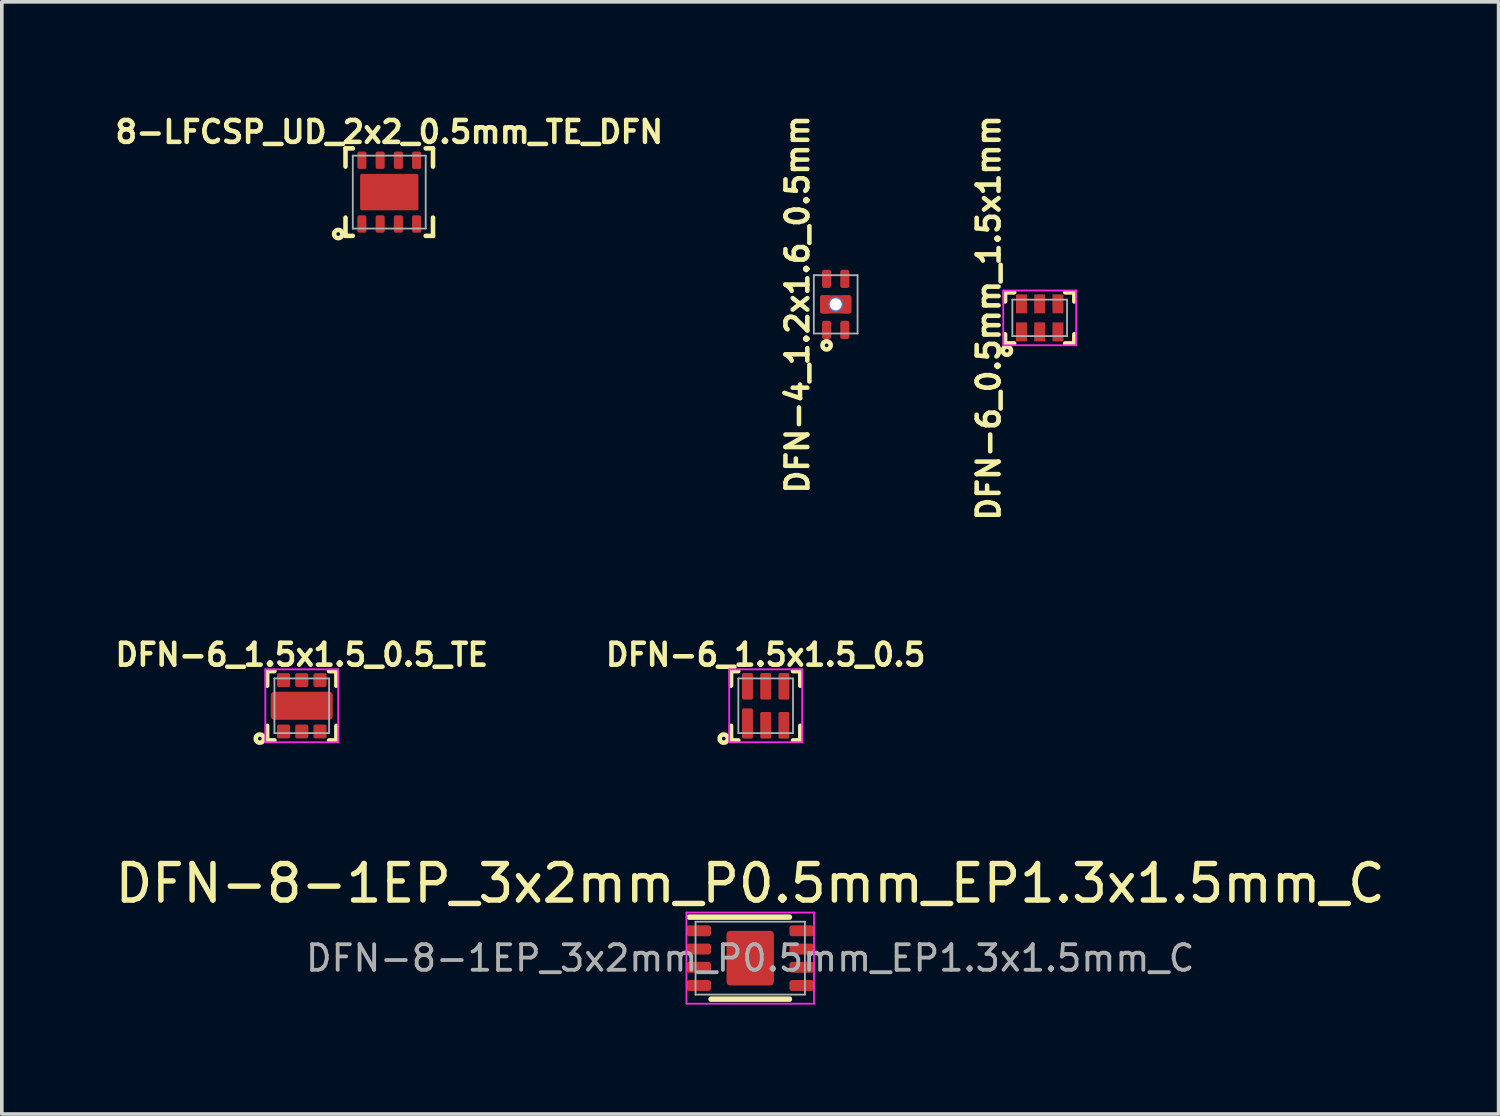
<source format=kicad_pcb>
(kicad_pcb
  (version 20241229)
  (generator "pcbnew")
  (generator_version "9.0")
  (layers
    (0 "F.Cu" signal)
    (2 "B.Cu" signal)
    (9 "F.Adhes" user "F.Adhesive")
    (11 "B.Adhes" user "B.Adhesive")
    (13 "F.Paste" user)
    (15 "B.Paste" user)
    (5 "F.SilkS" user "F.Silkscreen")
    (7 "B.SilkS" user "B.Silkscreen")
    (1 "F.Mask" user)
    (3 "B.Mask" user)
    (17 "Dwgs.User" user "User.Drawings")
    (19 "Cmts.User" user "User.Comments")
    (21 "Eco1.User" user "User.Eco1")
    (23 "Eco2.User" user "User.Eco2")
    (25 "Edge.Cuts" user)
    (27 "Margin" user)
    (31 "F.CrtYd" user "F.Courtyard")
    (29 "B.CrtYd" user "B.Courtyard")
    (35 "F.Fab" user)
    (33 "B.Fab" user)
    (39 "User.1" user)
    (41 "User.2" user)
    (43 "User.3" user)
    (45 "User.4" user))
  (footprint "DFN-4_1.2x1.6_0.5mm"
    (layer "F.Cu")
    (at 19.875 5.299)
    (property "Reference" "DFN-4_1.2x1.6_0.5mm" (at -1.05 0 90) (layer "F.SilkS") (effects (font (size 0.6 0.6) (thickness 0.125))))
    (attr through_hole)
    (fp_circle (center -0.25 1.125) (end -0.2 1.125) (stroke (width 0.125) (type solid)) (fill no) (layer "F.SilkS"))
    (fp_line (start -0.6 -0.8) (end 0.6 -0.8) (stroke (width 0.05) (type solid)) (layer "F.Fab"))
    (fp_line (start -0.6 0.8) (end -0.6 -0.8) (stroke (width 0.05) (type solid)) (layer "F.Fab"))
    (fp_line (start 0.6 -0.8) (end 0.6 0.8) (stroke (width 0.05) (type solid)) (layer "F.Fab"))
    (fp_line (start 0.6 0.8) (end -0.6 0.8) (stroke (width 0.05) (type solid)) (layer "F.Fab"))
    (pad "1" smd roundrect (at -0.25 0.7) (size 0.25 0.5) (layers "F.Cu" "F.Mask" "F.Paste") (roundrect_rratio 0.25))
    (pad "2" smd roundrect (at 0.25 0.7) (size 0.25 0.5) (layers "F.Cu" "F.Mask" "F.Paste") (roundrect_rratio 0.25))
    (pad "3" smd roundrect (at 0.25 -0.7) (size 0.25 0.5) (layers "F.Cu" "F.Mask" "F.Paste") (roundrect_rratio 0.25))
    (pad "4" smd roundrect (at -0.25 -0.7) (size 0.25 0.5) (layers "F.Cu" "F.Mask" "F.Paste") (roundrect_rratio 0.25))
    (pad "5" smd roundrect (at -0.275 0) (size 0.3 0.5) (layers "F.Cu" "F.Mask" "F.Paste") (roundrect_rratio 0.25))
    (pad "5" thru_hole circle (at 0 0) (size 0.4 0.4) (drill 0.33) (layers "*.Cu" "F.Mask"))
    (pad "5" connect roundrect (at 0 0) (size 0.86 0.5) (layers "F.Cu" "F.Mask") (roundrect_rratio 0.1))
    (pad "5" smd roundrect (at 0.275 0) (size 0.3 0.5) (layers "F.Cu" "F.Mask" "F.Paste") (roundrect_rratio 0.25)))
  (footprint "8-LFCSP_UD_2x2_0.5mm_TE_DFN"
    (layer "F.Cu")
    (at 7.628 2.22)
    (property "Reference" "8-LFCSP_UD_2x2_0.5mm_TE_DFN" (at 0 -1.65 0) (layer "F.SilkS") (effects (font (size 0.6 0.6) (thickness 0.125))))
    (attr smd)
    (fp_line (start -1.2 -1.2) (end -1.2 -0.7) (stroke (width 0.125) (type solid)) (layer "F.SilkS"))
    (fp_line (start -1.2 -1.2) (end -1 -1.2) (stroke (width 0.125) (type solid)) (layer "F.SilkS"))
    (fp_line (start -1.2 1.2) (end -1.2 0.7) (stroke (width 0.125) (type solid)) (layer "F.SilkS"))
    (fp_line (start -1.2 1.2) (end -1 1.2) (stroke (width 0.125) (type solid)) (layer "F.SilkS"))
    (fp_line (start 1.2 -1.2) (end 1 -1.2) (stroke (width 0.125) (type solid)) (layer "F.SilkS"))
    (fp_line (start 1.2 -1.2) (end 1.2 -0.7) (stroke (width 0.125) (type solid)) (layer "F.SilkS"))
    (fp_line (start 1.2 1.2) (end 1 1.2) (stroke (width 0.125) (type solid)) (layer "F.SilkS"))
    (fp_line (start 1.2 1.2) (end 1.2 0.7) (stroke (width 0.125) (type solid)) (layer "F.SilkS"))
    (fp_circle (center -1.4 1.15) (end -1.4 1.2) (stroke (width 0.125) (type solid)) (fill no) (layer "F.SilkS"))
    (fp_line (start -1 -1) (end 1 -1) (stroke (width 0.05) (type solid)) (layer "F.Fab"))
    (fp_line (start -1 1) (end -1 -1) (stroke (width 0.05) (type solid)) (layer "F.Fab"))
    (fp_line (start 1 -1) (end 1 1) (stroke (width 0.05) (type solid)) (layer "F.Fab"))
    (fp_line (start 1 1) (end -1 1) (stroke (width 0.05) (type solid)) (layer "F.Fab"))
    (pad "1" smd roundrect (at -0.75 0.875) (size 0.25 0.475) (layers "F.Cu" "F.Mask" "F.Paste") (roundrect_rratio 0.2))
    (pad "2" smd roundrect (at -0.25 0.875) (size 0.25 0.475) (layers "F.Cu" "F.Mask" "F.Paste") (roundrect_rratio 0.2))
    (pad "3" smd roundrect (at 0.25 0.875) (size 0.25 0.475) (layers "F.Cu" "F.Mask" "F.Paste") (roundrect_rratio 0.2))
    (pad "4" smd roundrect (at 0.75 0.875) (size 0.25 0.475) (layers "F.Cu" "F.Mask" "F.Paste") (roundrect_rratio 0.2))
    (pad "5" smd roundrect (at 0.75 -0.875) (size 0.25 0.475) (layers "F.Cu" "F.Mask" "F.Paste") (roundrect_rratio 0.2))
    (pad "6" smd roundrect (at 0.25 -0.875) (size 0.25 0.475) (layers "F.Cu" "F.Mask" "F.Paste") (roundrect_rratio 0.2))
    (pad "7" smd roundrect (at -0.25 -0.875) (size 0.25 0.475) (layers "F.Cu" "F.Mask" "F.Paste") (roundrect_rratio 0.2))
    (pad "8" smd roundrect (at -0.75 -0.875) (size 0.25 0.475) (layers "F.Cu" "F.Mask" "F.Paste") (roundrect_rratio 0.2))
    (pad "9" smd roundrect (at 0 0) (size 1.6 1) (layers "F.Cu" "F.Mask" "F.Paste") (roundrect_rratio 0.05)))
  (footprint "DFN-6_1.5x1.5_0.5"
    (layer "F.Cu")
    (at 17.954 16.311)
    (property "Reference" "DFN-6_1.5x1.5_0.5" (at 0 -1.4 0) (layer "F.SilkS") (effects (font (size 0.6 0.6) (thickness 0.125))))
    (attr smd)
    (fp_line (start -0.95 -0.95) (end -0.95 -0.55) (stroke (width 0.125) (type solid)) (layer "F.SilkS"))
    (fp_line (start -0.95 -0.95) (end -0.75 -0.95) (stroke (width 0.125) (type solid)) (layer "F.SilkS"))
    (fp_line (start -0.95 0.95) (end -0.95 0.55) (stroke (width 0.125) (type solid)) (layer "F.SilkS"))
    (fp_line (start -0.95 0.95) (end -0.75 0.95) (stroke (width 0.125) (type solid)) (layer "F.SilkS"))
    (fp_line (start 0.95 -0.95) (end 0.75 -0.95) (stroke (width 0.125) (type solid)) (layer "F.SilkS"))
    (fp_line (start 0.95 -0.95) (end 0.95 -0.55) (stroke (width 0.125) (type solid)) (layer "F.SilkS"))
    (fp_line (start 0.95 0.95) (end 0.75 0.95) (stroke (width 0.125) (type solid)) (layer "F.SilkS"))
    (fp_line (start 0.95 0.95) (end 0.95 0.55) (stroke (width 0.125) (type solid)) (layer "F.SilkS"))
    (fp_circle (center -1.15 0.9) (end -1.15 0.95) (stroke (width 0.125) (type solid)) (fill no) (layer "F.SilkS"))
    (fp_line (start -1 -1) (end 1 -1) (stroke (width 0.05) (type solid)) (layer "F.CrtYd"))
    (fp_line (start -1 1) (end -1 -1) (stroke (width 0.05) (type solid)) (layer "F.CrtYd"))
    (fp_line (start 1 -1) (end 1 1) (stroke (width 0.05) (type solid)) (layer "F.CrtYd"))
    (fp_line (start 1 1) (end -1 1) (stroke (width 0.05) (type solid)) (layer "F.CrtYd"))
    (fp_line (start -0.75 -0.75) (end 0.75 -0.75) (stroke (width 0.05) (type solid)) (layer "F.Fab"))
    (fp_line (start -0.75 0.75) (end -0.75 -0.75) (stroke (width 0.05) (type solid)) (layer "F.Fab"))
    (fp_line (start 0.75 -0.75) (end 0.75 0.75) (stroke (width 0.05) (type solid)) (layer "F.Fab"))
    (fp_line (start 0.75 0.75) (end -0.75 0.75) (stroke (width 0.05) (type solid)) (layer "F.Fab"))
    (pad "1" smd roundrect (at -0.5 0.485) (size 0.3 0.83) (layers "F.Cu" "F.Mask" "F.Paste") (roundrect_rratio 0.15))
    (pad "2" smd roundrect (at 0 0.535) (size 0.3 0.73) (layers "F.Cu" "F.Mask" "F.Paste") (roundrect_rratio 0.15))
    (pad "3" smd roundrect (at 0.5 0.535) (size 0.3 0.73) (layers "F.Cu" "F.Mask" "F.Paste") (roundrect_rratio 0.15))
    (pad "4" smd roundrect (at 0.5 -0.535) (size 0.3 0.73) (layers "F.Cu" "F.Mask" "F.Paste") (roundrect_rratio 0.15))
    (pad "5" smd roundrect (at 0 -0.535) (size 0.3 0.73) (layers "F.Cu" "F.Mask" "F.Paste") (roundrect_rratio 0.15))
    (pad "6" smd roundrect (at -0.5 -0.535) (size 0.3 0.73) (layers "F.Cu" "F.Mask" "F.Paste") (roundrect_rratio 0.15)))
  (footprint "DFN-6_1.5x1.5_0.5_TE"
    (layer "F.Cu")
    (at 5.228 16.311)
    (property "Reference" "DFN-6_1.5x1.5_0.5_TE" (at 0 -1.4 0) (layer "F.SilkS") (effects (font (size 0.6 0.6) (thickness 0.125))))
    (attr smd)
    (fp_line (start -0.95 -0.95) (end -0.95 -0.55) (stroke (width 0.125) (type solid)) (layer "F.SilkS"))
    (fp_line (start -0.95 -0.95) (end -0.75 -0.95) (stroke (width 0.125) (type solid)) (layer "F.SilkS"))
    (fp_line (start -0.95 0.95) (end -0.95 0.55) (stroke (width 0.125) (type solid)) (layer "F.SilkS"))
    (fp_line (start -0.95 0.95) (end -0.75 0.95) (stroke (width 0.125) (type solid)) (layer "F.SilkS"))
    (fp_line (start 0.95 -0.95) (end 0.75 -0.95) (stroke (width 0.125) (type solid)) (layer "F.SilkS"))
    (fp_line (start 0.95 -0.95) (end 0.95 -0.55) (stroke (width 0.125) (type solid)) (layer "F.SilkS"))
    (fp_line (start 0.95 0.95) (end 0.75 0.95) (stroke (width 0.125) (type solid)) (layer "F.SilkS"))
    (fp_line (start 0.95 0.95) (end 0.95 0.55) (stroke (width 0.125) (type solid)) (layer "F.SilkS"))
    (fp_circle (center -1.15 0.9) (end -1.15 0.95) (stroke (width 0.125) (type solid)) (fill no) (layer "F.SilkS"))
    (fp_line (start -1 -1) (end 1 -1) (stroke (width 0.05) (type solid)) (layer "F.CrtYd"))
    (fp_line (start -1 1) (end -1 -1) (stroke (width 0.05) (type solid)) (layer "F.CrtYd"))
    (fp_line (start 1 -1) (end 1 1) (stroke (width 0.05) (type solid)) (layer "F.CrtYd"))
    (fp_line (start 1 1) (end -1 1) (stroke (width 0.05) (type solid)) (layer "F.CrtYd"))
    (fp_line (start -0.75 -0.75) (end 0.75 -0.75) (stroke (width 0.05) (type solid)) (layer "F.Fab"))
    (fp_line (start -0.75 0.75) (end -0.75 -0.75) (stroke (width 0.05) (type solid)) (layer "F.Fab"))
    (fp_line (start 0.75 -0.75) (end 0.75 0.75) (stroke (width 0.05) (type solid)) (layer "F.Fab"))
    (fp_line (start 0.75 0.75) (end -0.75 0.75) (stroke (width 0.05) (type solid)) (layer "F.Fab"))
    (pad "1" smd roundrect (at -0.5 0.705) (size 0.36 0.38) (layers "F.Cu" "F.Mask" "F.Paste") (roundrect_rratio 0.139))
    (pad "2" smd roundrect (at 0 0.705) (size 0.36 0.38) (layers "F.Cu" "F.Mask" "F.Paste") (roundrect_rratio 0.139))
    (pad "3" smd roundrect (at 0.5 0.705) (size 0.36 0.38) (layers "F.Cu" "F.Mask" "F.Paste") (roundrect_rratio 0.139))
    (pad "4" smd roundrect (at 0.5 -0.705) (size 0.36 0.38) (layers "F.Cu" "F.Mask" "F.Paste") (roundrect_rratio 0.139))
    (pad "5" smd roundrect (at 0 -0.705) (size 0.36 0.38) (layers "F.Cu" "F.Mask" "F.Paste") (roundrect_rratio 0.139))
    (pad "6" smd roundrect (at -0.5 -0.705) (size 0.36 0.38) (layers "F.Cu" "F.Mask" "F.Paste") (roundrect_rratio 0.139))
    (pad "7" smd roundrect (at 0 0) (size 1.7 0.77) (layers "F.Cu" "F.Mask" "F.Paste") (roundrect_rratio 0.13)))
  (footprint "DFN-8-1EP_3x2mm_P0.5mm_EP1.3x1.5mm_C"
    (layer "F.Cu")
    (at 17.53 23.234)
    (property "Reference" "DFN-8-1EP_3x2mm_P0.5mm_EP1.3x1.5mm_C" (at 0 -2.05 0) (layer "F.SilkS") (effects (font (size 1 1) (thickness 0.15))))
    (attr smd)
    (fp_line (start -1.675 -1.125) (end 1.075 -1.125) (stroke (width 0.15) (type solid)) (layer "F.SilkS"))
    (fp_line (start -1.075 1.125) (end 1.075 1.125) (stroke (width 0.15) (type solid)) (layer "F.SilkS"))
    (fp_line (start -1.75 -1.25) (end -1.75 1.25) (stroke (width 0.05) (type solid)) (layer "F.CrtYd"))
    (fp_line (start -1.75 -1.25) (end 1.75 -1.25) (stroke (width 0.05) (type solid)) (layer "F.CrtYd"))
    (fp_line (start -1.75 1.25) (end 1.75 1.25) (stroke (width 0.05) (type solid)) (layer "F.CrtYd"))
    (fp_line (start 1.75 -1.25) (end 1.75 1.25) (stroke (width 0.05) (type solid)) (layer "F.CrtYd"))
    (fp_line (start -1.5 -1) (end -1.5 1) (stroke (width 0.05) (type solid)) (layer "F.Fab"))
    (fp_line (start -1.5 -1) (end 1.5 -1) (stroke (width 0.05) (type solid)) (layer "F.Fab"))
    (fp_line (start 1.5 -1) (end 1.5 1) (stroke (width 0.05) (type solid)) (layer "F.Fab"))
    (fp_line (start 1.5 1) (end -1.5 1) (stroke (width 0.05) (type solid)) (layer "F.Fab"))
    (fp_text user "${REFERENCE}" (at 0 0 0) (layer "F.Fab") (effects (font (size 0.7 0.7) (thickness 0.105))))
    (pad "" smd roundrect (at -0.325 -0.375) (size 0.5 0.6) (layers "F.Paste") (roundrect_rratio 0.15))
    (pad "" smd roundrect (at -0.325 0.375) (size 0.5 0.6) (layers "F.Paste") (roundrect_rratio 0.15))
    (pad "" smd roundrect (at 0.325 -0.375) (size 0.5 0.6) (layers "F.Paste") (roundrect_rratio 0.15))
    (pad "" smd roundrect (at 0.325 0.375) (size 0.5 0.6) (layers "F.Paste") (roundrect_rratio 0.15))
    (pad "1" smd roundrect (at -1.413 -0.75) (size 0.675 0.3) (layers "F.Cu" "F.Mask" "F.Paste") (roundrect_rratio 0.25))
    (pad "2" smd roundrect (at -1.413 -0.25) (size 0.675 0.3) (layers "F.Cu" "F.Mask" "F.Paste") (roundrect_rratio 0.25))
    (pad "3" smd roundrect (at -1.413 0.25) (size 0.675 0.3) (layers "F.Cu" "F.Mask" "F.Paste") (roundrect_rratio 0.25))
    (pad "4" smd roundrect (at -1.413 0.75) (size 0.675 0.3) (layers "F.Cu" "F.Mask" "F.Paste") (roundrect_rratio 0.25))
    (pad "5" smd roundrect (at 1.413 0.75) (size 0.675 0.3) (layers "F.Cu" "F.Mask" "F.Paste") (roundrect_rratio 0.25))
    (pad "6" smd roundrect (at 1.413 0.25) (size 0.675 0.3) (layers "F.Cu" "F.Mask" "F.Paste") (roundrect_rratio 0.25))
    (pad "7" smd roundrect (at 1.413 -0.25) (size 0.675 0.3) (layers "F.Cu" "F.Mask" "F.Paste") (roundrect_rratio 0.25))
    (pad "8" smd roundrect (at 1.413 -0.75) (size 0.675 0.3) (layers "F.Cu" "F.Mask" "F.Paste") (roundrect_rratio 0.25))
    (pad "9" smd roundrect (at 0 0) (size 1.3 1.5) (layers "F.Cu" "F.Mask") (roundrect_rratio 0.077)))
  (footprint "DFN-6_0.5mm_1.5x1mm"
    (layer "F.Cu")
    (at 25.471 5.67)
    (property "Reference" "DFN-6_0.5mm_1.5x1mm" (at -1.4 0 90) (layer "F.SilkS") (effects (font (size 0.6 0.6) (thickness 0.125))))
    (attr smd)
    (fp_line (start -0.95 -0.7) (end -0.95 -0.45) (stroke (width 0.125) (type solid)) (layer "F.SilkS"))
    (fp_line (start -0.95 -0.7) (end -0.7 -0.7) (stroke (width 0.125) (type solid)) (layer "F.SilkS"))
    (fp_line (start -0.95 0.7) (end -0.95 0.45) (stroke (width 0.125) (type solid)) (layer "F.SilkS"))
    (fp_line (start -0.7 0.7) (end -0.95 0.7) (stroke (width 0.125) (type solid)) (layer "F.SilkS"))
    (fp_line (start 0.7 -0.7) (end 0.95 -0.7) (stroke (width 0.125) (type solid)) (layer "F.SilkS"))
    (fp_line (start 0.95 -0.7) (end 0.95 -0.45) (stroke (width 0.125) (type solid)) (layer "F.SilkS"))
    (fp_line (start 0.95 0.45) (end 0.95 0.7) (stroke (width 0.125) (type solid)) (layer "F.SilkS"))
    (fp_line (start 0.95 0.7) (end 0.7 0.7) (stroke (width 0.125) (type solid)) (layer "F.SilkS"))
    (fp_circle (center -0.9 0.9) (end -0.9 0.95) (stroke (width 0.125) (type solid)) (fill no) (layer "F.SilkS"))
    (fp_line (start -1 -0.75) (end 1 -0.75) (stroke (width 0.05) (type solid)) (layer "F.CrtYd"))
    (fp_line (start -1 0.75) (end -1 -0.75) (stroke (width 0.05) (type solid)) (layer "F.CrtYd"))
    (fp_line (start 1 -0.75) (end 1 0.75) (stroke (width 0.05) (type solid)) (layer "F.CrtYd"))
    (fp_line (start 1 0.75) (end -1 0.75) (stroke (width 0.05) (type solid)) (layer "F.CrtYd"))
    (fp_line (start -0.75 -0.5) (end 0.75 -0.5) (stroke (width 0.05) (type solid)) (layer "F.Fab"))
    (fp_line (start -0.75 0.5) (end -0.75 -0.5) (stroke (width 0.05) (type solid)) (layer "F.Fab"))
    (fp_line (start 0.75 -0.5) (end 0.75 0.5) (stroke (width 0.05) (type solid)) (layer "F.Fab"))
    (fp_line (start 0.75 0.5) (end -0.75 0.5) (stroke (width 0.05) (type solid)) (layer "F.Fab"))
    (pad "1" smd oval (at -0.5 0.385) (size 0.28 0.5) (layers "F.Cu" "F.Paste"))
    (pad "1" smd rect (at -0.5 0.385) (size 0.3 0.52) (layers "F.Cu" "F.Mask"))
    (pad "2" smd oval (at 0 0.385) (size 0.28 0.5) (layers "F.Cu" "F.Paste"))
    (pad "2" smd rect (at 0 0.385) (size 0.3 0.52) (layers "F.Cu" "F.Mask"))
    (pad "3" smd oval (at 0.5 0.385) (size 0.28 0.5) (layers "F.Cu" "F.Paste"))
    (pad "3" smd rect (at 0.5 0.385) (size 0.3 0.52) (layers "F.Cu" "F.Mask"))
    (pad "4" smd oval (at 0.5 -0.385) (size 0.28 0.5) (layers "F.Cu" "F.Paste"))
    (pad "4" smd rect (at 0.5 -0.385) (size 0.3 0.52) (layers "F.Cu" "F.Mask"))
    (pad "5" smd oval (at 0 -0.385) (size 0.28 0.5) (layers "F.Cu" "F.Paste"))
    (pad "5" smd rect (at 0 -0.385) (size 0.3 0.52) (layers "F.Cu" "F.Mask"))
    (pad "6" smd oval (at -0.5 -0.385) (size 0.28 0.5) (layers "F.Cu" "F.Paste"))
    (pad "6" smd rect (at -0.5 -0.385) (size 0.3 0.52) (layers "F.Cu" "F.Mask")))
  (gr_rect
    (start -3 -3)
    (end 38.06 27.509)
    (stroke (width 0.1) (type default))
    (fill no)
    (layer "Edge.Cuts")))
</source>
